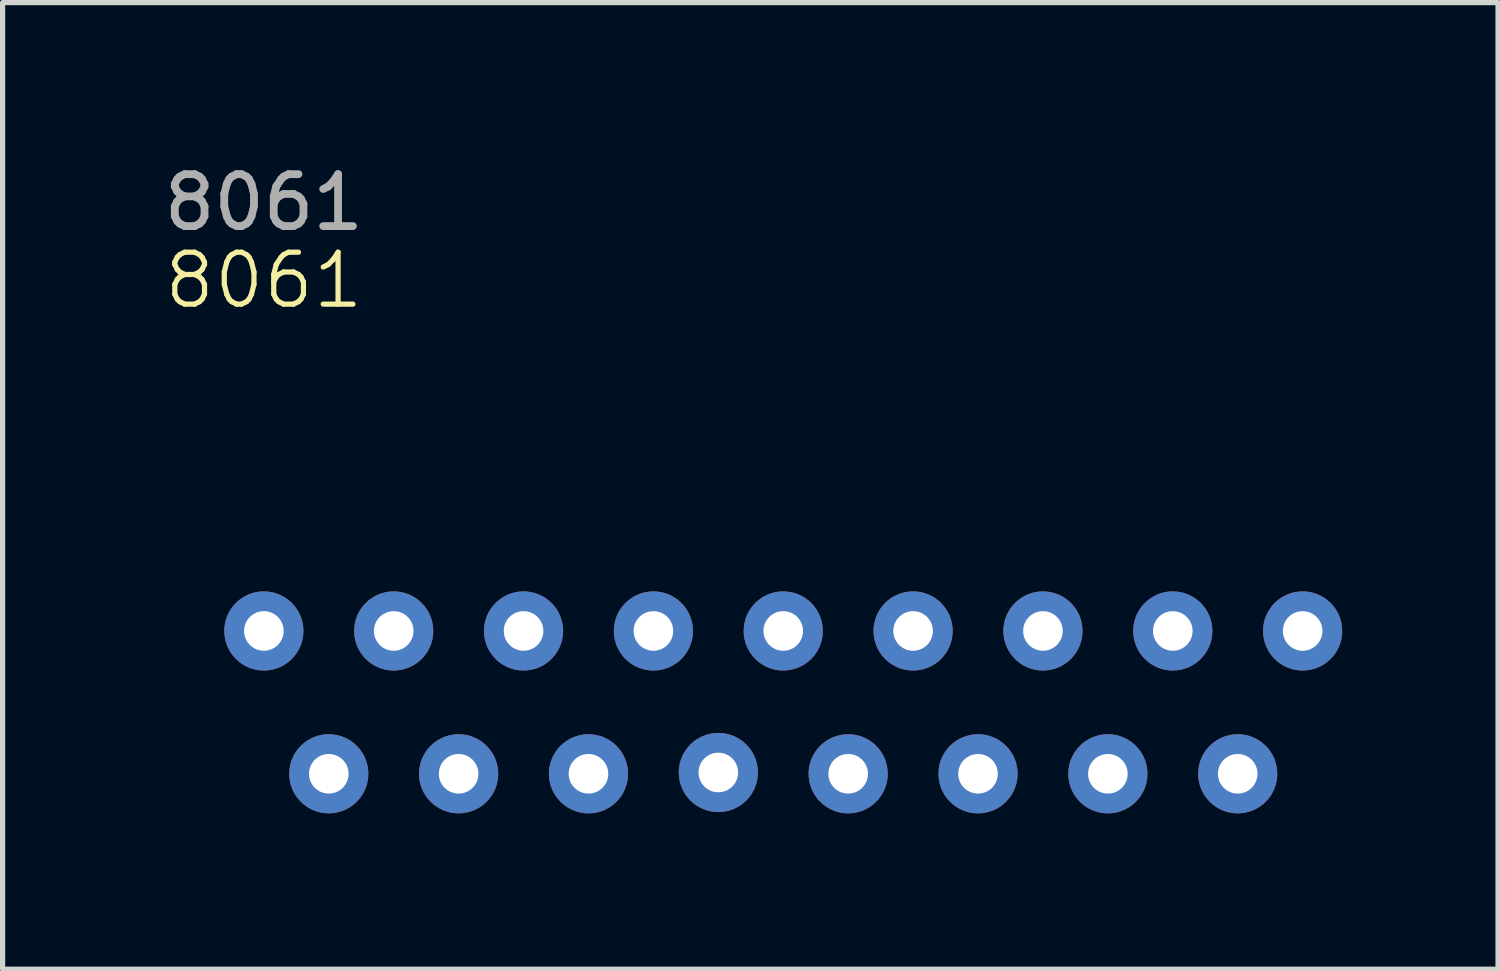
<source format=kicad_pcb>
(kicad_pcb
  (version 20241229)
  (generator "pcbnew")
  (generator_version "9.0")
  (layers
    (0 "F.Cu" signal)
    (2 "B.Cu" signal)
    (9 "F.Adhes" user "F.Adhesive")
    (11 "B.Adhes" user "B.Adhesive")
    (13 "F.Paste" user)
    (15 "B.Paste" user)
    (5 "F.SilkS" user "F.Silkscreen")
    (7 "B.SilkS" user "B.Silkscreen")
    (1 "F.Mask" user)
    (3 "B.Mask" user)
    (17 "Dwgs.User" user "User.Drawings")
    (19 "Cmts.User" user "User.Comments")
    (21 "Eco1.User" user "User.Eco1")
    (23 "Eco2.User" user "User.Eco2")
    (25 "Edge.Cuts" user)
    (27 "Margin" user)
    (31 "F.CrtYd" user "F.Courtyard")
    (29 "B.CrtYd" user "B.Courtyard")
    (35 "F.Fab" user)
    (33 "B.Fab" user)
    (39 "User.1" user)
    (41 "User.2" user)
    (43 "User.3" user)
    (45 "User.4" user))
  (footprint "8061"
    (layer "F.Cu")
    (at 2.03 9.098)
    (property "Reference" "8061" (at 0 -6.75 0) (unlocked yes) (layer "F.SilkS") (effects (font (size 1 1) (thickness 0.1))))
    (attr through_hole)
    (fp_text user "${REFERENCE}" (at 0 -8.25 0) (unlocked yes) (layer "F.Fab") (effects (font (size 1 1) (thickness 0.15))))
    (pad "1" thru_hole circle (at 0 0) (size 1.524 1.524) (drill 0.762) (layers "*.Cu" "*.Mask"))
    (pad "2" thru_hole circle (at 1.25 2.75) (size 1.524 1.524) (drill 0.762) (layers "*.Cu" "*.Mask"))
    (pad "3" thru_hole circle (at 2.5 0) (size 1.524 1.524) (drill 0.762) (layers "*.Cu" "*.Mask"))
    (pad "4" thru_hole circle (at 3.75 2.75) (size 1.524 1.524) (drill 0.762) (layers "*.Cu" "*.Mask"))
    (pad "5" thru_hole circle (at 5 0) (size 1.524 1.524) (drill 0.762) (layers "*.Cu" "*.Mask"))
    (pad "6" thru_hole circle (at 6.25 2.75) (size 1.524 1.524) (drill 0.762) (layers "*.Cu" "*.Mask"))
    (pad "7" thru_hole circle (at 7.5 0) (size 1.524 1.524) (drill 0.762) (layers "*.Cu" "*.Mask"))
    (pad "8" thru_hole circle (at 8.75 2.725) (size 1.524 1.524) (drill 0.762) (layers "*.Cu" "*.Mask"))
    (pad "9" thru_hole circle (at 10 0) (size 1.524 1.524) (drill 0.762) (layers "*.Cu" "*.Mask"))
    (pad "10" thru_hole circle (at 11.25 2.75) (size 1.524 1.524) (drill 0.762) (layers "*.Cu" "*.Mask"))
    (pad "11" thru_hole circle (at 12.5 0) (size 1.524 1.524) (drill 0.762) (layers "*.Cu" "*.Mask"))
    (pad "12" thru_hole circle (at 13.75 2.75) (size 1.524 1.524) (drill 0.762) (layers "*.Cu" "*.Mask"))
    (pad "13" thru_hole circle (at 15 0) (size 1.524 1.524) (drill 0.762) (layers "*.Cu" "*.Mask"))
    (pad "14" thru_hole circle (at 16.25 2.75) (size 1.524 1.524) (drill 0.762) (layers "*.Cu" "*.Mask"))
    (pad "15" thru_hole circle (at 17.5 0) (size 1.524 1.524) (drill 0.762) (layers "*.Cu" "*.Mask"))
    (pad "16" thru_hole circle (at 18.75 2.75) (size 1.524 1.524) (drill 0.762) (layers "*.Cu" "*.Mask"))
    (pad "17" thru_hole circle (at 20 0) (size 1.524 1.524) (drill 0.762) (layers "*.Cu" "*.Mask")))
  (gr_rect
    (start -3 -3)
    (end 25.792 15.61)
    (stroke (width 0.1) (type default))
    (fill no)
    (layer "Edge.Cuts")))
</source>
